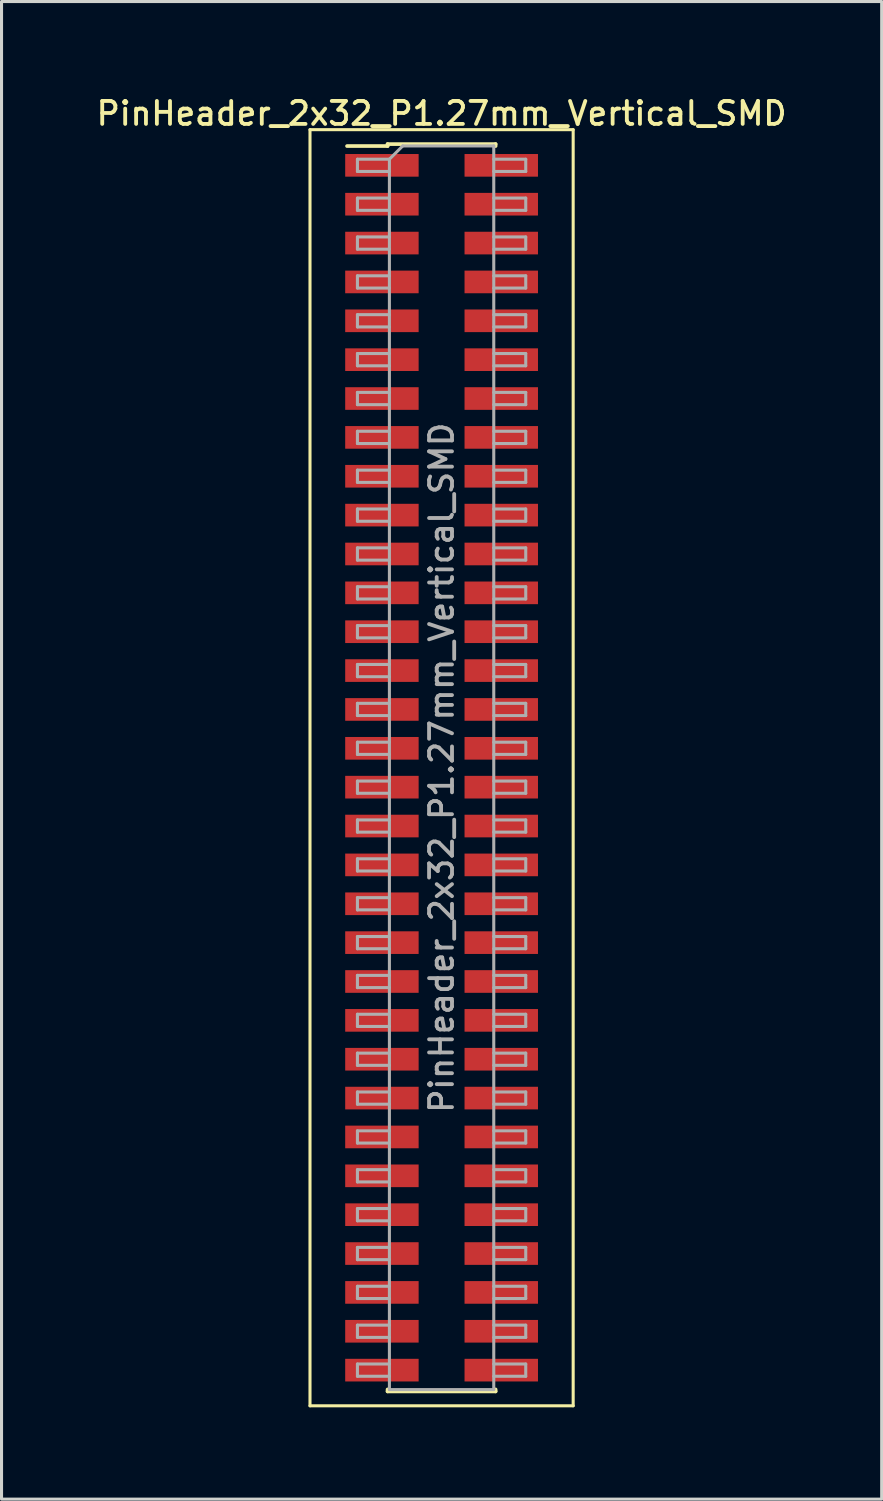
<source format=kicad_pcb>
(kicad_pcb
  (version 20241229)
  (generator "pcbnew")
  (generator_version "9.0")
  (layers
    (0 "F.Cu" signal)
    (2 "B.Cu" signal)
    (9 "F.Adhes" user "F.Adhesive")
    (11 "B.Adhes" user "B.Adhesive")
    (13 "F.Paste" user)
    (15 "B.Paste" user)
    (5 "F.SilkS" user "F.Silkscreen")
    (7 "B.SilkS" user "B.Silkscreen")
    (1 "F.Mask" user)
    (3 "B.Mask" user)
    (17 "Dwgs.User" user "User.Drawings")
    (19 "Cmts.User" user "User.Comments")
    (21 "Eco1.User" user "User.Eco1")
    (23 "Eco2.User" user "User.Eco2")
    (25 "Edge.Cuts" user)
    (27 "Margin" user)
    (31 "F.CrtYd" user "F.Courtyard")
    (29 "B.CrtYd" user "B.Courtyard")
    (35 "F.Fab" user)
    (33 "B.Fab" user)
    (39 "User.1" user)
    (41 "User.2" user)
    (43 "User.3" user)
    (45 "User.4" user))
  (footprint "PinHeader_2x32_P1.27mm_Vertical_SMD"
    (layer "F.Cu")
    (at 11.38 22.038)
    (property "Reference" "PinHeader_2x32_P1.27mm_Vertical_SMD" (at 0 -21.38 0) (layer "F.SilkS") (effects (font (size 0.75 0.75) (thickness 0.125))))
    (attr smd)
    (fp_line (start -4.3 -20.85) (end -4.3 20.85) (stroke (width 0.1) (type solid)) (layer "F.SilkS"))
    (fp_line (start -4.3 20.85) (end 4.3 20.85) (stroke (width 0.1) (type solid)) (layer "F.SilkS"))
    (fp_line (start -3.09 -20.315) (end -1.765 -20.315) (stroke (width 0.12) (type solid)) (layer "F.SilkS"))
    (fp_line (start -1.765 -20.38) (end -1.765 -20.315) (stroke (width 0.12) (type solid)) (layer "F.SilkS"))
    (fp_line (start -1.765 -20.38) (end 1.765 -20.38) (stroke (width 0.12) (type solid)) (layer "F.SilkS"))
    (fp_line (start -1.765 20.315) (end -1.765 20.38) (stroke (width 0.12) (type solid)) (layer "F.SilkS"))
    (fp_line (start -1.765 20.38) (end 1.765 20.38) (stroke (width 0.12) (type solid)) (layer "F.SilkS"))
    (fp_line (start 1.765 -20.38) (end 1.765 -20.315) (stroke (width 0.12) (type solid)) (layer "F.SilkS"))
    (fp_line (start 1.765 20.315) (end 1.765 20.38) (stroke (width 0.12) (type solid)) (layer "F.SilkS"))
    (fp_line (start 4.3 -20.85) (end -4.3 -20.85) (stroke (width 0.1) (type solid)) (layer "F.SilkS"))
    (fp_line (start 4.3 20.85) (end 4.3 -20.85) (stroke (width 0.1) (type solid)) (layer "F.SilkS"))
    (fp_line (start -2.75 -19.885) (end -2.75 -19.485) (stroke (width 0.1) (type solid)) (layer "F.Fab"))
    (fp_line (start -2.75 -19.485) (end -1.705 -19.485) (stroke (width 0.1) (type solid)) (layer "F.Fab"))
    (fp_line (start -2.75 -18.615) (end -2.75 -18.215) (stroke (width 0.1) (type solid)) (layer "F.Fab"))
    (fp_line (start -2.75 -18.215) (end -1.705 -18.215) (stroke (width 0.1) (type solid)) (layer "F.Fab"))
    (fp_line (start -2.75 -17.345) (end -2.75 -16.945) (stroke (width 0.1) (type solid)) (layer "F.Fab"))
    (fp_line (start -2.75 -16.945) (end -1.705 -16.945) (stroke (width 0.1) (type solid)) (layer "F.Fab"))
    (fp_line (start -2.75 -16.075) (end -2.75 -15.675) (stroke (width 0.1) (type solid)) (layer "F.Fab"))
    (fp_line (start -2.75 -15.675) (end -1.705 -15.675) (stroke (width 0.1) (type solid)) (layer "F.Fab"))
    (fp_line (start -2.75 -14.805) (end -2.75 -14.405) (stroke (width 0.1) (type solid)) (layer "F.Fab"))
    (fp_line (start -2.75 -14.405) (end -1.705 -14.405) (stroke (width 0.1) (type solid)) (layer "F.Fab"))
    (fp_line (start -2.75 -13.535) (end -2.75 -13.135) (stroke (width 0.1) (type solid)) (layer "F.Fab"))
    (fp_line (start -2.75 -13.135) (end -1.705 -13.135) (stroke (width 0.1) (type solid)) (layer "F.Fab"))
    (fp_line (start -2.75 -12.265) (end -2.75 -11.865) (stroke (width 0.1) (type solid)) (layer "F.Fab"))
    (fp_line (start -2.75 -11.865) (end -1.705 -11.865) (stroke (width 0.1) (type solid)) (layer "F.Fab"))
    (fp_line (start -2.75 -10.995) (end -2.75 -10.595) (stroke (width 0.1) (type solid)) (layer "F.Fab"))
    (fp_line (start -2.75 -10.595) (end -1.705 -10.595) (stroke (width 0.1) (type solid)) (layer "F.Fab"))
    (fp_line (start -2.75 -9.725) (end -2.75 -9.325) (stroke (width 0.1) (type solid)) (layer "F.Fab"))
    (fp_line (start -2.75 -9.325) (end -1.705 -9.325) (stroke (width 0.1) (type solid)) (layer "F.Fab"))
    (fp_line (start -2.75 -8.455) (end -2.75 -8.055) (stroke (width 0.1) (type solid)) (layer "F.Fab"))
    (fp_line (start -2.75 -8.055) (end -1.705 -8.055) (stroke (width 0.1) (type solid)) (layer "F.Fab"))
    (fp_line (start -2.75 -7.185) (end -2.75 -6.785) (stroke (width 0.1) (type solid)) (layer "F.Fab"))
    (fp_line (start -2.75 -6.785) (end -1.705 -6.785) (stroke (width 0.1) (type solid)) (layer "F.Fab"))
    (fp_line (start -2.75 -5.915) (end -2.75 -5.515) (stroke (width 0.1) (type solid)) (layer "F.Fab"))
    (fp_line (start -2.75 -5.515) (end -1.705 -5.515) (stroke (width 0.1) (type solid)) (layer "F.Fab"))
    (fp_line (start -2.75 -4.645) (end -2.75 -4.245) (stroke (width 0.1) (type solid)) (layer "F.Fab"))
    (fp_line (start -2.75 -4.245) (end -1.705 -4.245) (stroke (width 0.1) (type solid)) (layer "F.Fab"))
    (fp_line (start -2.75 -3.375) (end -2.75 -2.975) (stroke (width 0.1) (type solid)) (layer "F.Fab"))
    (fp_line (start -2.75 -2.975) (end -1.705 -2.975) (stroke (width 0.1) (type solid)) (layer "F.Fab"))
    (fp_line (start -2.75 -2.105) (end -2.75 -1.705) (stroke (width 0.1) (type solid)) (layer "F.Fab"))
    (fp_line (start -2.75 -1.705) (end -1.705 -1.705) (stroke (width 0.1) (type solid)) (layer "F.Fab"))
    (fp_line (start -2.75 -0.835) (end -2.75 -0.435) (stroke (width 0.1) (type solid)) (layer "F.Fab"))
    (fp_line (start -2.75 -0.435) (end -1.705 -0.435) (stroke (width 0.1) (type solid)) (layer "F.Fab"))
    (fp_line (start -2.75 0.435) (end -2.75 0.835) (stroke (width 0.1) (type solid)) (layer "F.Fab"))
    (fp_line (start -2.75 0.835) (end -1.705 0.835) (stroke (width 0.1) (type solid)) (layer "F.Fab"))
    (fp_line (start -2.75 1.705) (end -2.75 2.105) (stroke (width 0.1) (type solid)) (layer "F.Fab"))
    (fp_line (start -2.75 2.105) (end -1.705 2.105) (stroke (width 0.1) (type solid)) (layer "F.Fab"))
    (fp_line (start -2.75 2.975) (end -2.75 3.375) (stroke (width 0.1) (type solid)) (layer "F.Fab"))
    (fp_line (start -2.75 3.375) (end -1.705 3.375) (stroke (width 0.1) (type solid)) (layer "F.Fab"))
    (fp_line (start -2.75 4.245) (end -2.75 4.645) (stroke (width 0.1) (type solid)) (layer "F.Fab"))
    (fp_line (start -2.75 4.645) (end -1.705 4.645) (stroke (width 0.1) (type solid)) (layer "F.Fab"))
    (fp_line (start -2.75 5.515) (end -2.75 5.915) (stroke (width 0.1) (type solid)) (layer "F.Fab"))
    (fp_line (start -2.75 5.915) (end -1.705 5.915) (stroke (width 0.1) (type solid)) (layer "F.Fab"))
    (fp_line (start -2.75 6.785) (end -2.75 7.185) (stroke (width 0.1) (type solid)) (layer "F.Fab"))
    (fp_line (start -2.75 7.185) (end -1.705 7.185) (stroke (width 0.1) (type solid)) (layer "F.Fab"))
    (fp_line (start -2.75 8.055) (end -2.75 8.455) (stroke (width 0.1) (type solid)) (layer "F.Fab"))
    (fp_line (start -2.75 8.455) (end -1.705 8.455) (stroke (width 0.1) (type solid)) (layer "F.Fab"))
    (fp_line (start -2.75 9.325) (end -2.75 9.725) (stroke (width 0.1) (type solid)) (layer "F.Fab"))
    (fp_line (start -2.75 9.725) (end -1.705 9.725) (stroke (width 0.1) (type solid)) (layer "F.Fab"))
    (fp_line (start -2.75 10.595) (end -2.75 10.995) (stroke (width 0.1) (type solid)) (layer "F.Fab"))
    (fp_line (start -2.75 10.995) (end -1.705 10.995) (stroke (width 0.1) (type solid)) (layer "F.Fab"))
    (fp_line (start -2.75 11.865) (end -2.75 12.265) (stroke (width 0.1) (type solid)) (layer "F.Fab"))
    (fp_line (start -2.75 12.265) (end -1.705 12.265) (stroke (width 0.1) (type solid)) (layer "F.Fab"))
    (fp_line (start -2.75 13.135) (end -2.75 13.535) (stroke (width 0.1) (type solid)) (layer "F.Fab"))
    (fp_line (start -2.75 13.535) (end -1.705 13.535) (stroke (width 0.1) (type solid)) (layer "F.Fab"))
    (fp_line (start -2.75 14.405) (end -2.75 14.805) (stroke (width 0.1) (type solid)) (layer "F.Fab"))
    (fp_line (start -2.75 14.805) (end -1.705 14.805) (stroke (width 0.1) (type solid)) (layer "F.Fab"))
    (fp_line (start -2.75 15.675) (end -2.75 16.075) (stroke (width 0.1) (type solid)) (layer "F.Fab"))
    (fp_line (start -2.75 16.075) (end -1.705 16.075) (stroke (width 0.1) (type solid)) (layer "F.Fab"))
    (fp_line (start -2.75 16.945) (end -2.75 17.345) (stroke (width 0.1) (type solid)) (layer "F.Fab"))
    (fp_line (start -2.75 17.345) (end -1.705 17.345) (stroke (width 0.1) (type solid)) (layer "F.Fab"))
    (fp_line (start -2.75 18.215) (end -2.75 18.615) (stroke (width 0.1) (type solid)) (layer "F.Fab"))
    (fp_line (start -2.75 18.615) (end -1.705 18.615) (stroke (width 0.1) (type solid)) (layer "F.Fab"))
    (fp_line (start -2.75 19.485) (end -2.75 19.885) (stroke (width 0.1) (type solid)) (layer "F.Fab"))
    (fp_line (start -2.75 19.885) (end -1.705 19.885) (stroke (width 0.1) (type solid)) (layer "F.Fab"))
    (fp_line (start -1.705 -19.885) (end -2.75 -19.885) (stroke (width 0.1) (type solid)) (layer "F.Fab"))
    (fp_line (start -1.705 -19.885) (end -1.27 -20.32) (stroke (width 0.1) (type solid)) (layer "F.Fab"))
    (fp_line (start -1.705 -18.615) (end -2.75 -18.615) (stroke (width 0.1) (type solid)) (layer "F.Fab"))
    (fp_line (start -1.705 -17.345) (end -2.75 -17.345) (stroke (width 0.1) (type solid)) (layer "F.Fab"))
    (fp_line (start -1.705 -16.075) (end -2.75 -16.075) (stroke (width 0.1) (type solid)) (layer "F.Fab"))
    (fp_line (start -1.705 -14.805) (end -2.75 -14.805) (stroke (width 0.1) (type solid)) (layer "F.Fab"))
    (fp_line (start -1.705 -13.535) (end -2.75 -13.535) (stroke (width 0.1) (type solid)) (layer "F.Fab"))
    (fp_line (start -1.705 -12.265) (end -2.75 -12.265) (stroke (width 0.1) (type solid)) (layer "F.Fab"))
    (fp_line (start -1.705 -10.995) (end -2.75 -10.995) (stroke (width 0.1) (type solid)) (layer "F.Fab"))
    (fp_line (start -1.705 -9.725) (end -2.75 -9.725) (stroke (width 0.1) (type solid)) (layer "F.Fab"))
    (fp_line (start -1.705 -8.455) (end -2.75 -8.455) (stroke (width 0.1) (type solid)) (layer "F.Fab"))
    (fp_line (start -1.705 -7.185) (end -2.75 -7.185) (stroke (width 0.1) (type solid)) (layer "F.Fab"))
    (fp_line (start -1.705 -5.915) (end -2.75 -5.915) (stroke (width 0.1) (type solid)) (layer "F.Fab"))
    (fp_line (start -1.705 -4.645) (end -2.75 -4.645) (stroke (width 0.1) (type solid)) (layer "F.Fab"))
    (fp_line (start -1.705 -3.375) (end -2.75 -3.375) (stroke (width 0.1) (type solid)) (layer "F.Fab"))
    (fp_line (start -1.705 -2.105) (end -2.75 -2.105) (stroke (width 0.1) (type solid)) (layer "F.Fab"))
    (fp_line (start -1.705 -0.835) (end -2.75 -0.835) (stroke (width 0.1) (type solid)) (layer "F.Fab"))
    (fp_line (start -1.705 0.435) (end -2.75 0.435) (stroke (width 0.1) (type solid)) (layer "F.Fab"))
    (fp_line (start -1.705 1.705) (end -2.75 1.705) (stroke (width 0.1) (type solid)) (layer "F.Fab"))
    (fp_line (start -1.705 2.975) (end -2.75 2.975) (stroke (width 0.1) (type solid)) (layer "F.Fab"))
    (fp_line (start -1.705 4.245) (end -2.75 4.245) (stroke (width 0.1) (type solid)) (layer "F.Fab"))
    (fp_line (start -1.705 5.515) (end -2.75 5.515) (stroke (width 0.1) (type solid)) (layer "F.Fab"))
    (fp_line (start -1.705 6.785) (end -2.75 6.785) (stroke (width 0.1) (type solid)) (layer "F.Fab"))
    (fp_line (start -1.705 8.055) (end -2.75 8.055) (stroke (width 0.1) (type solid)) (layer "F.Fab"))
    (fp_line (start -1.705 9.325) (end -2.75 9.325) (stroke (width 0.1) (type solid)) (layer "F.Fab"))
    (fp_line (start -1.705 10.595) (end -2.75 10.595) (stroke (width 0.1) (type solid)) (layer "F.Fab"))
    (fp_line (start -1.705 11.865) (end -2.75 11.865) (stroke (width 0.1) (type solid)) (layer "F.Fab"))
    (fp_line (start -1.705 13.135) (end -2.75 13.135) (stroke (width 0.1) (type solid)) (layer "F.Fab"))
    (fp_line (start -1.705 14.405) (end -2.75 14.405) (stroke (width 0.1) (type solid)) (layer "F.Fab"))
    (fp_line (start -1.705 15.675) (end -2.75 15.675) (stroke (width 0.1) (type solid)) (layer "F.Fab"))
    (fp_line (start -1.705 16.945) (end -2.75 16.945) (stroke (width 0.1) (type solid)) (layer "F.Fab"))
    (fp_line (start -1.705 18.215) (end -2.75 18.215) (stroke (width 0.1) (type solid)) (layer "F.Fab"))
    (fp_line (start -1.705 19.485) (end -2.75 19.485) (stroke (width 0.1) (type solid)) (layer "F.Fab"))
    (fp_line (start -1.705 20.32) (end -1.705 -19.885) (stroke (width 0.1) (type solid)) (layer "F.Fab"))
    (fp_line (start -1.27 -20.32) (end 1.705 -20.32) (stroke (width 0.1) (type solid)) (layer "F.Fab"))
    (fp_line (start 1.705 -20.32) (end 1.705 20.32) (stroke (width 0.1) (type solid)) (layer "F.Fab"))
    (fp_line (start 1.705 -19.885) (end 2.75 -19.885) (stroke (width 0.1) (type solid)) (layer "F.Fab"))
    (fp_line (start 1.705 -18.615) (end 2.75 -18.615) (stroke (width 0.1) (type solid)) (layer "F.Fab"))
    (fp_line (start 1.705 -17.345) (end 2.75 -17.345) (stroke (width 0.1) (type solid)) (layer "F.Fab"))
    (fp_line (start 1.705 -16.075) (end 2.75 -16.075) (stroke (width 0.1) (type solid)) (layer "F.Fab"))
    (fp_line (start 1.705 -14.805) (end 2.75 -14.805) (stroke (width 0.1) (type solid)) (layer "F.Fab"))
    (fp_line (start 1.705 -13.535) (end 2.75 -13.535) (stroke (width 0.1) (type solid)) (layer "F.Fab"))
    (fp_line (start 1.705 -12.265) (end 2.75 -12.265) (stroke (width 0.1) (type solid)) (layer "F.Fab"))
    (fp_line (start 1.705 -10.995) (end 2.75 -10.995) (stroke (width 0.1) (type solid)) (layer "F.Fab"))
    (fp_line (start 1.705 -9.725) (end 2.75 -9.725) (stroke (width 0.1) (type solid)) (layer "F.Fab"))
    (fp_line (start 1.705 -8.455) (end 2.75 -8.455) (stroke (width 0.1) (type solid)) (layer "F.Fab"))
    (fp_line (start 1.705 -7.185) (end 2.75 -7.185) (stroke (width 0.1) (type solid)) (layer "F.Fab"))
    (fp_line (start 1.705 -5.915) (end 2.75 -5.915) (stroke (width 0.1) (type solid)) (layer "F.Fab"))
    (fp_line (start 1.705 -4.645) (end 2.75 -4.645) (stroke (width 0.1) (type solid)) (layer "F.Fab"))
    (fp_line (start 1.705 -3.375) (end 2.75 -3.375) (stroke (width 0.1) (type solid)) (layer "F.Fab"))
    (fp_line (start 1.705 -2.105) (end 2.75 -2.105) (stroke (width 0.1) (type solid)) (layer "F.Fab"))
    (fp_line (start 1.705 -0.835) (end 2.75 -0.835) (stroke (width 0.1) (type solid)) (layer "F.Fab"))
    (fp_line (start 1.705 0.435) (end 2.75 0.435) (stroke (width 0.1) (type solid)) (layer "F.Fab"))
    (fp_line (start 1.705 1.705) (end 2.75 1.705) (stroke (width 0.1) (type solid)) (layer "F.Fab"))
    (fp_line (start 1.705 2.975) (end 2.75 2.975) (stroke (width 0.1) (type solid)) (layer "F.Fab"))
    (fp_line (start 1.705 4.245) (end 2.75 4.245) (stroke (width 0.1) (type solid)) (layer "F.Fab"))
    (fp_line (start 1.705 5.515) (end 2.75 5.515) (stroke (width 0.1) (type solid)) (layer "F.Fab"))
    (fp_line (start 1.705 6.785) (end 2.75 6.785) (stroke (width 0.1) (type solid)) (layer "F.Fab"))
    (fp_line (start 1.705 8.055) (end 2.75 8.055) (stroke (width 0.1) (type solid)) (layer "F.Fab"))
    (fp_line (start 1.705 9.325) (end 2.75 9.325) (stroke (width 0.1) (type solid)) (layer "F.Fab"))
    (fp_line (start 1.705 10.595) (end 2.75 10.595) (stroke (width 0.1) (type solid)) (layer "F.Fab"))
    (fp_line (start 1.705 11.865) (end 2.75 11.865) (stroke (width 0.1) (type solid)) (layer "F.Fab"))
    (fp_line (start 1.705 13.135) (end 2.75 13.135) (stroke (width 0.1) (type solid)) (layer "F.Fab"))
    (fp_line (start 1.705 14.405) (end 2.75 14.405) (stroke (width 0.1) (type solid)) (layer "F.Fab"))
    (fp_line (start 1.705 15.675) (end 2.75 15.675) (stroke (width 0.1) (type solid)) (layer "F.Fab"))
    (fp_line (start 1.705 16.945) (end 2.75 16.945) (stroke (width 0.1) (type solid)) (layer "F.Fab"))
    (fp_line (start 1.705 18.215) (end 2.75 18.215) (stroke (width 0.1) (type solid)) (layer "F.Fab"))
    (fp_line (start 1.705 19.485) (end 2.75 19.485) (stroke (width 0.1) (type solid)) (layer "F.Fab"))
    (fp_line (start 1.705 20.32) (end -1.705 20.32) (stroke (width 0.1) (type solid)) (layer "F.Fab"))
    (fp_line (start 2.75 -19.885) (end 2.75 -19.485) (stroke (width 0.1) (type solid)) (layer "F.Fab"))
    (fp_line (start 2.75 -19.485) (end 1.705 -19.485) (stroke (width 0.1) (type solid)) (layer "F.Fab"))
    (fp_line (start 2.75 -18.615) (end 2.75 -18.215) (stroke (width 0.1) (type solid)) (layer "F.Fab"))
    (fp_line (start 2.75 -18.215) (end 1.705 -18.215) (stroke (width 0.1) (type solid)) (layer "F.Fab"))
    (fp_line (start 2.75 -17.345) (end 2.75 -16.945) (stroke (width 0.1) (type solid)) (layer "F.Fab"))
    (fp_line (start 2.75 -16.945) (end 1.705 -16.945) (stroke (width 0.1) (type solid)) (layer "F.Fab"))
    (fp_line (start 2.75 -16.075) (end 2.75 -15.675) (stroke (width 0.1) (type solid)) (layer "F.Fab"))
    (fp_line (start 2.75 -15.675) (end 1.705 -15.675) (stroke (width 0.1) (type solid)) (layer "F.Fab"))
    (fp_line (start 2.75 -14.805) (end 2.75 -14.405) (stroke (width 0.1) (type solid)) (layer "F.Fab"))
    (fp_line (start 2.75 -14.405) (end 1.705 -14.405) (stroke (width 0.1) (type solid)) (layer "F.Fab"))
    (fp_line (start 2.75 -13.535) (end 2.75 -13.135) (stroke (width 0.1) (type solid)) (layer "F.Fab"))
    (fp_line (start 2.75 -13.135) (end 1.705 -13.135) (stroke (width 0.1) (type solid)) (layer "F.Fab"))
    (fp_line (start 2.75 -12.265) (end 2.75 -11.865) (stroke (width 0.1) (type solid)) (layer "F.Fab"))
    (fp_line (start 2.75 -11.865) (end 1.705 -11.865) (stroke (width 0.1) (type solid)) (layer "F.Fab"))
    (fp_line (start 2.75 -10.995) (end 2.75 -10.595) (stroke (width 0.1) (type solid)) (layer "F.Fab"))
    (fp_line (start 2.75 -10.595) (end 1.705 -10.595) (stroke (width 0.1) (type solid)) (layer "F.Fab"))
    (fp_line (start 2.75 -9.725) (end 2.75 -9.325) (stroke (width 0.1) (type solid)) (layer "F.Fab"))
    (fp_line (start 2.75 -9.325) (end 1.705 -9.325) (stroke (width 0.1) (type solid)) (layer "F.Fab"))
    (fp_line (start 2.75 -8.455) (end 2.75 -8.055) (stroke (width 0.1) (type solid)) (layer "F.Fab"))
    (fp_line (start 2.75 -8.055) (end 1.705 -8.055) (stroke (width 0.1) (type solid)) (layer "F.Fab"))
    (fp_line (start 2.75 -7.185) (end 2.75 -6.785) (stroke (width 0.1) (type solid)) (layer "F.Fab"))
    (fp_line (start 2.75 -6.785) (end 1.705 -6.785) (stroke (width 0.1) (type solid)) (layer "F.Fab"))
    (fp_line (start 2.75 -5.915) (end 2.75 -5.515) (stroke (width 0.1) (type solid)) (layer "F.Fab"))
    (fp_line (start 2.75 -5.515) (end 1.705 -5.515) (stroke (width 0.1) (type solid)) (layer "F.Fab"))
    (fp_line (start 2.75 -4.645) (end 2.75 -4.245) (stroke (width 0.1) (type solid)) (layer "F.Fab"))
    (fp_line (start 2.75 -4.245) (end 1.705 -4.245) (stroke (width 0.1) (type solid)) (layer "F.Fab"))
    (fp_line (start 2.75 -3.375) (end 2.75 -2.975) (stroke (width 0.1) (type solid)) (layer "F.Fab"))
    (fp_line (start 2.75 -2.975) (end 1.705 -2.975) (stroke (width 0.1) (type solid)) (layer "F.Fab"))
    (fp_line (start 2.75 -2.105) (end 2.75 -1.705) (stroke (width 0.1) (type solid)) (layer "F.Fab"))
    (fp_line (start 2.75 -1.705) (end 1.705 -1.705) (stroke (width 0.1) (type solid)) (layer "F.Fab"))
    (fp_line (start 2.75 -0.835) (end 2.75 -0.435) (stroke (width 0.1) (type solid)) (layer "F.Fab"))
    (fp_line (start 2.75 -0.435) (end 1.705 -0.435) (stroke (width 0.1) (type solid)) (layer "F.Fab"))
    (fp_line (start 2.75 0.435) (end 2.75 0.835) (stroke (width 0.1) (type solid)) (layer "F.Fab"))
    (fp_line (start 2.75 0.835) (end 1.705 0.835) (stroke (width 0.1) (type solid)) (layer "F.Fab"))
    (fp_line (start 2.75 1.705) (end 2.75 2.105) (stroke (width 0.1) (type solid)) (layer "F.Fab"))
    (fp_line (start 2.75 2.105) (end 1.705 2.105) (stroke (width 0.1) (type solid)) (layer "F.Fab"))
    (fp_line (start 2.75 2.975) (end 2.75 3.375) (stroke (width 0.1) (type solid)) (layer "F.Fab"))
    (fp_line (start 2.75 3.375) (end 1.705 3.375) (stroke (width 0.1) (type solid)) (layer "F.Fab"))
    (fp_line (start 2.75 4.245) (end 2.75 4.645) (stroke (width 0.1) (type solid)) (layer "F.Fab"))
    (fp_line (start 2.75 4.645) (end 1.705 4.645) (stroke (width 0.1) (type solid)) (layer "F.Fab"))
    (fp_line (start 2.75 5.515) (end 2.75 5.915) (stroke (width 0.1) (type solid)) (layer "F.Fab"))
    (fp_line (start 2.75 5.915) (end 1.705 5.915) (stroke (width 0.1) (type solid)) (layer "F.Fab"))
    (fp_line (start 2.75 6.785) (end 2.75 7.185) (stroke (width 0.1) (type solid)) (layer "F.Fab"))
    (fp_line (start 2.75 7.185) (end 1.705 7.185) (stroke (width 0.1) (type solid)) (layer "F.Fab"))
    (fp_line (start 2.75 8.055) (end 2.75 8.455) (stroke (width 0.1) (type solid)) (layer "F.Fab"))
    (fp_line (start 2.75 8.455) (end 1.705 8.455) (stroke (width 0.1) (type solid)) (layer "F.Fab"))
    (fp_line (start 2.75 9.325) (end 2.75 9.725) (stroke (width 0.1) (type solid)) (layer "F.Fab"))
    (fp_line (start 2.75 9.725) (end 1.705 9.725) (stroke (width 0.1) (type solid)) (layer "F.Fab"))
    (fp_line (start 2.75 10.595) (end 2.75 10.995) (stroke (width 0.1) (type solid)) (layer "F.Fab"))
    (fp_line (start 2.75 10.995) (end 1.705 10.995) (stroke (width 0.1) (type solid)) (layer "F.Fab"))
    (fp_line (start 2.75 11.865) (end 2.75 12.265) (stroke (width 0.1) (type solid)) (layer "F.Fab"))
    (fp_line (start 2.75 12.265) (end 1.705 12.265) (stroke (width 0.1) (type solid)) (layer "F.Fab"))
    (fp_line (start 2.75 13.135) (end 2.75 13.535) (stroke (width 0.1) (type solid)) (layer "F.Fab"))
    (fp_line (start 2.75 13.535) (end 1.705 13.535) (stroke (width 0.1) (type solid)) (layer "F.Fab"))
    (fp_line (start 2.75 14.405) (end 2.75 14.805) (stroke (width 0.1) (type solid)) (layer "F.Fab"))
    (fp_line (start 2.75 14.805) (end 1.705 14.805) (stroke (width 0.1) (type solid)) (layer "F.Fab"))
    (fp_line (start 2.75 15.675) (end 2.75 16.075) (stroke (width 0.1) (type solid)) (layer "F.Fab"))
    (fp_line (start 2.75 16.075) (end 1.705 16.075) (stroke (width 0.1) (type solid)) (layer "F.Fab"))
    (fp_line (start 2.75 16.945) (end 2.75 17.345) (stroke (width 0.1) (type solid)) (layer "F.Fab"))
    (fp_line (start 2.75 17.345) (end 1.705 17.345) (stroke (width 0.1) (type solid)) (layer "F.Fab"))
    (fp_line (start 2.75 18.215) (end 2.75 18.615) (stroke (width 0.1) (type solid)) (layer "F.Fab"))
    (fp_line (start 2.75 18.615) (end 1.705 18.615) (stroke (width 0.1) (type solid)) (layer "F.Fab"))
    (fp_line (start 2.75 19.485) (end 2.75 19.885) (stroke (width 0.1) (type solid)) (layer "F.Fab"))
    (fp_line (start 2.75 19.885) (end 1.705 19.885) (stroke (width 0.1) (type solid)) (layer "F.Fab"))
    (fp_text user "${REFERENCE}" (at 0 0 90) (layer "F.Fab") (effects (font (size 0.75 0.75) (thickness 0.125))))
    (pad "1" smd rect (at -1.95 -19.685) (size 2.4 0.74) (layers "F.Cu" "F.Mask" "F.Paste"))
    (pad "2" smd rect (at 1.95 -19.685) (size 2.4 0.74) (layers "F.Cu" "F.Mask" "F.Paste"))
    (pad "3" smd rect (at -1.95 -18.415) (size 2.4 0.74) (layers "F.Cu" "F.Mask" "F.Paste"))
    (pad "4" smd rect (at 1.95 -18.415) (size 2.4 0.74) (layers "F.Cu" "F.Mask" "F.Paste"))
    (pad "5" smd rect (at -1.95 -17.145) (size 2.4 0.74) (layers "F.Cu" "F.Mask" "F.Paste"))
    (pad "6" smd rect (at 1.95 -17.145) (size 2.4 0.74) (layers "F.Cu" "F.Mask" "F.Paste"))
    (pad "7" smd rect (at -1.95 -15.875) (size 2.4 0.74) (layers "F.Cu" "F.Mask" "F.Paste"))
    (pad "8" smd rect (at 1.95 -15.875) (size 2.4 0.74) (layers "F.Cu" "F.Mask" "F.Paste"))
    (pad "9" smd rect (at -1.95 -14.605) (size 2.4 0.74) (layers "F.Cu" "F.Mask" "F.Paste"))
    (pad "10" smd rect (at 1.95 -14.605) (size 2.4 0.74) (layers "F.Cu" "F.Mask" "F.Paste"))
    (pad "11" smd rect (at -1.95 -13.335) (size 2.4 0.74) (layers "F.Cu" "F.Mask" "F.Paste"))
    (pad "12" smd rect (at 1.95 -13.335) (size 2.4 0.74) (layers "F.Cu" "F.Mask" "F.Paste"))
    (pad "13" smd rect (at -1.95 -12.065) (size 2.4 0.74) (layers "F.Cu" "F.Mask" "F.Paste"))
    (pad "14" smd rect (at 1.95 -12.065) (size 2.4 0.74) (layers "F.Cu" "F.Mask" "F.Paste"))
    (pad "15" smd rect (at -1.95 -10.795) (size 2.4 0.74) (layers "F.Cu" "F.Mask" "F.Paste"))
    (pad "16" smd rect (at 1.95 -10.795) (size 2.4 0.74) (layers "F.Cu" "F.Mask" "F.Paste"))
    (pad "17" smd rect (at -1.95 -9.525) (size 2.4 0.74) (layers "F.Cu" "F.Mask" "F.Paste"))
    (pad "18" smd rect (at 1.95 -9.525) (size 2.4 0.74) (layers "F.Cu" "F.Mask" "F.Paste"))
    (pad "19" smd rect (at -1.95 -8.255) (size 2.4 0.74) (layers "F.Cu" "F.Mask" "F.Paste"))
    (pad "20" smd rect (at 1.95 -8.255) (size 2.4 0.74) (layers "F.Cu" "F.Mask" "F.Paste"))
    (pad "21" smd rect (at -1.95 -6.985) (size 2.4 0.74) (layers "F.Cu" "F.Mask" "F.Paste"))
    (pad "22" smd rect (at 1.95 -6.985) (size 2.4 0.74) (layers "F.Cu" "F.Mask" "F.Paste"))
    (pad "23" smd rect (at -1.95 -5.715) (size 2.4 0.74) (layers "F.Cu" "F.Mask" "F.Paste"))
    (pad "24" smd rect (at 1.95 -5.715) (size 2.4 0.74) (layers "F.Cu" "F.Mask" "F.Paste"))
    (pad "25" smd rect (at -1.95 -4.445) (size 2.4 0.74) (layers "F.Cu" "F.Mask" "F.Paste"))
    (pad "26" smd rect (at 1.95 -4.445) (size 2.4 0.74) (layers "F.Cu" "F.Mask" "F.Paste"))
    (pad "27" smd rect (at -1.95 -3.175) (size 2.4 0.74) (layers "F.Cu" "F.Mask" "F.Paste"))
    (pad "28" smd rect (at 1.95 -3.175) (size 2.4 0.74) (layers "F.Cu" "F.Mask" "F.Paste"))
    (pad "29" smd rect (at -1.95 -1.905) (size 2.4 0.74) (layers "F.Cu" "F.Mask" "F.Paste"))
    (pad "30" smd rect (at 1.95 -1.905) (size 2.4 0.74) (layers "F.Cu" "F.Mask" "F.Paste"))
    (pad "31" smd rect (at -1.95 -0.635) (size 2.4 0.74) (layers "F.Cu" "F.Mask" "F.Paste"))
    (pad "32" smd rect (at 1.95 -0.635) (size 2.4 0.74) (layers "F.Cu" "F.Mask" "F.Paste"))
    (pad "33" smd rect (at -1.95 0.635) (size 2.4 0.74) (layers "F.Cu" "F.Mask" "F.Paste"))
    (pad "34" smd rect (at 1.95 0.635) (size 2.4 0.74) (layers "F.Cu" "F.Mask" "F.Paste"))
    (pad "35" smd rect (at -1.95 1.905) (size 2.4 0.74) (layers "F.Cu" "F.Mask" "F.Paste"))
    (pad "36" smd rect (at 1.95 1.905) (size 2.4 0.74) (layers "F.Cu" "F.Mask" "F.Paste"))
    (pad "37" smd rect (at -1.95 3.175) (size 2.4 0.74) (layers "F.Cu" "F.Mask" "F.Paste"))
    (pad "38" smd rect (at 1.95 3.175) (size 2.4 0.74) (layers "F.Cu" "F.Mask" "F.Paste"))
    (pad "39" smd rect (at -1.95 4.445) (size 2.4 0.74) (layers "F.Cu" "F.Mask" "F.Paste"))
    (pad "40" smd rect (at 1.95 4.445) (size 2.4 0.74) (layers "F.Cu" "F.Mask" "F.Paste"))
    (pad "41" smd rect (at -1.95 5.715) (size 2.4 0.74) (layers "F.Cu" "F.Mask" "F.Paste"))
    (pad "42" smd rect (at 1.95 5.715) (size 2.4 0.74) (layers "F.Cu" "F.Mask" "F.Paste"))
    (pad "43" smd rect (at -1.95 6.985) (size 2.4 0.74) (layers "F.Cu" "F.Mask" "F.Paste"))
    (pad "44" smd rect (at 1.95 6.985) (size 2.4 0.74) (layers "F.Cu" "F.Mask" "F.Paste"))
    (pad "45" smd rect (at -1.95 8.255) (size 2.4 0.74) (layers "F.Cu" "F.Mask" "F.Paste"))
    (pad "46" smd rect (at 1.95 8.255) (size 2.4 0.74) (layers "F.Cu" "F.Mask" "F.Paste"))
    (pad "47" smd rect (at -1.95 9.525) (size 2.4 0.74) (layers "F.Cu" "F.Mask" "F.Paste"))
    (pad "48" smd rect (at 1.95 9.525) (size 2.4 0.74) (layers "F.Cu" "F.Mask" "F.Paste"))
    (pad "49" smd rect (at -1.95 10.795) (size 2.4 0.74) (layers "F.Cu" "F.Mask" "F.Paste"))
    (pad "50" smd rect (at 1.95 10.795) (size 2.4 0.74) (layers "F.Cu" "F.Mask" "F.Paste"))
    (pad "51" smd rect (at -1.95 12.065) (size 2.4 0.74) (layers "F.Cu" "F.Mask" "F.Paste"))
    (pad "52" smd rect (at 1.95 12.065) (size 2.4 0.74) (layers "F.Cu" "F.Mask" "F.Paste"))
    (pad "53" smd rect (at -1.95 13.335) (size 2.4 0.74) (layers "F.Cu" "F.Mask" "F.Paste"))
    (pad "54" smd rect (at 1.95 13.335) (size 2.4 0.74) (layers "F.Cu" "F.Mask" "F.Paste"))
    (pad "55" smd rect (at -1.95 14.605) (size 2.4 0.74) (layers "F.Cu" "F.Mask" "F.Paste"))
    (pad "56" smd rect (at 1.95 14.605) (size 2.4 0.74) (layers "F.Cu" "F.Mask" "F.Paste"))
    (pad "57" smd rect (at -1.95 15.875) (size 2.4 0.74) (layers "F.Cu" "F.Mask" "F.Paste"))
    (pad "58" smd rect (at 1.95 15.875) (size 2.4 0.74) (layers "F.Cu" "F.Mask" "F.Paste"))
    (pad "59" smd rect (at -1.95 17.145) (size 2.4 0.74) (layers "F.Cu" "F.Mask" "F.Paste"))
    (pad "60" smd rect (at 1.95 17.145) (size 2.4 0.74) (layers "F.Cu" "F.Mask" "F.Paste"))
    (pad "61" smd rect (at -1.95 18.415) (size 2.4 0.74) (layers "F.Cu" "F.Mask" "F.Paste"))
    (pad "62" smd rect (at 1.95 18.415) (size 2.4 0.74) (layers "F.Cu" "F.Mask" "F.Paste"))
    (pad "63" smd rect (at -1.95 19.685) (size 2.4 0.74) (layers "F.Cu" "F.Mask" "F.Paste"))
    (pad "64" smd rect (at 1.95 19.685) (size 2.4 0.74) (layers "F.Cu" "F.Mask" "F.Paste")))
  (gr_rect
    (start -3 -3)
    (end 25.761 45.938)
    (stroke (width 0.1) (type default))
    (fill no)
    (layer "Edge.Cuts")))
</source>
